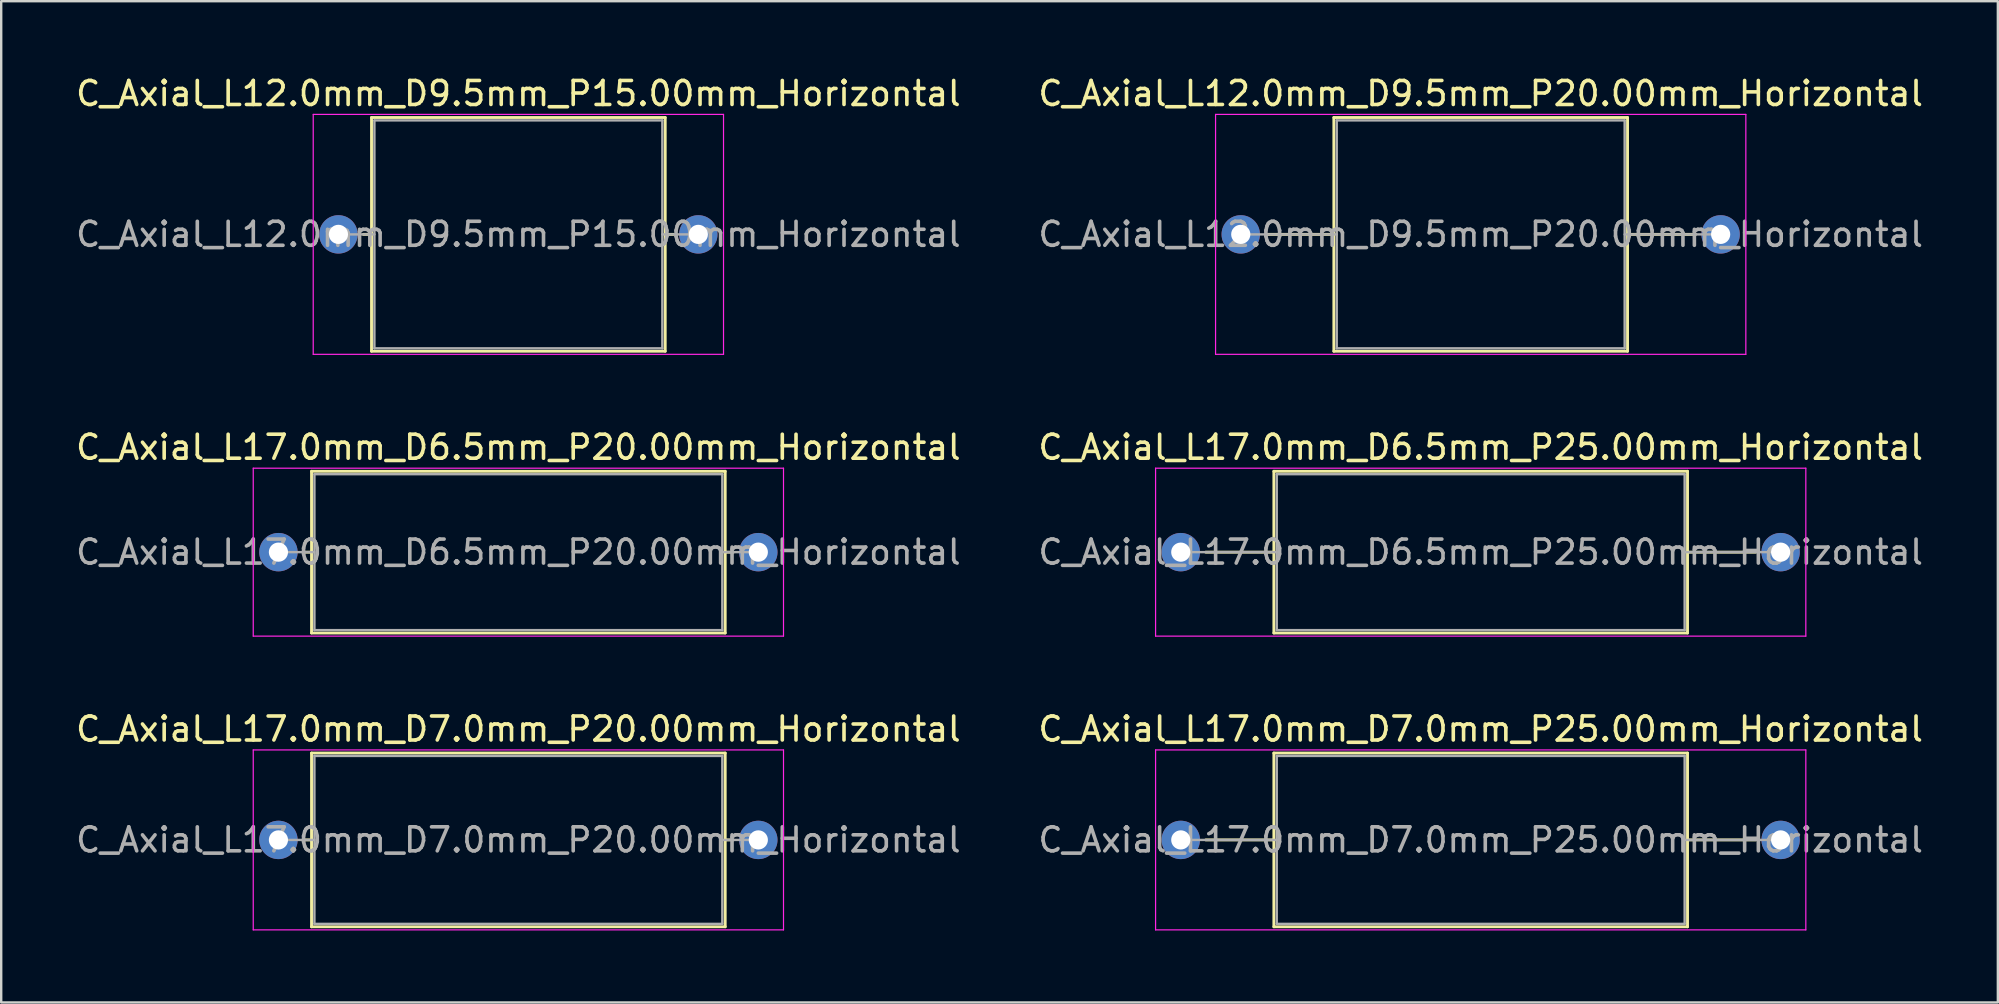
<source format=kicad_pcb>
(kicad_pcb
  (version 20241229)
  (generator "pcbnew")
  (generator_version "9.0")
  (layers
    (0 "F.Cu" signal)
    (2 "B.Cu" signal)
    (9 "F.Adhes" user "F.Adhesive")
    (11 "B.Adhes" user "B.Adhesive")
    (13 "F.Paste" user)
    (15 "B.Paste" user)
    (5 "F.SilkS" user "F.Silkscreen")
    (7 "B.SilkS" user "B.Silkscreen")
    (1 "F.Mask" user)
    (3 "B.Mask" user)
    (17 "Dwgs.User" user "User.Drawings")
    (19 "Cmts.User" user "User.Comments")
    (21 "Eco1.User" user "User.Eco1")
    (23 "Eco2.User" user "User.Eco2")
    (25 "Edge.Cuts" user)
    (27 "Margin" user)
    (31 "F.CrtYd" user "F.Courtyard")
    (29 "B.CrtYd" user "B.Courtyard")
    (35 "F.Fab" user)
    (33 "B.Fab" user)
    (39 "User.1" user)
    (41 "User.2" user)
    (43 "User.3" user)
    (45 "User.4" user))
  (footprint "C_Axial_L12.0mm_D9.5mm_P15.00mm_Horizontal"
    (layer "F.Cu")
    (at 11.054 6.718)
    (property "Reference" "C_Axial_L12.0mm_D9.5mm_P15.00mm_Horizontal" (at 7.5 -5.87 0) (layer "F.SilkS") (effects (font (size 1 1) (thickness 0.15))))
    (attr through_hole)
    (fp_line (start 1.04 0) (end 1.38 0) (stroke (width 0.12) (type solid)) (layer "F.SilkS"))
    (fp_line (start 1.38 -4.87) (end 1.38 4.87) (stroke (width 0.12) (type solid)) (layer "F.SilkS"))
    (fp_line (start 1.38 4.87) (end 13.62 4.87) (stroke (width 0.12) (type solid)) (layer "F.SilkS"))
    (fp_line (start 13.62 -4.87) (end 1.38 -4.87) (stroke (width 0.12) (type solid)) (layer "F.SilkS"))
    (fp_line (start 13.62 4.87) (end 13.62 -4.87) (stroke (width 0.12) (type solid)) (layer "F.SilkS"))
    (fp_line (start 13.96 0) (end 13.62 0) (stroke (width 0.12) (type solid)) (layer "F.SilkS"))
    (fp_line (start -1.05 -5) (end -1.05 5) (stroke (width 0.05) (type solid)) (layer "F.CrtYd"))
    (fp_line (start -1.05 5) (end 16.05 5) (stroke (width 0.05) (type solid)) (layer "F.CrtYd"))
    (fp_line (start 16.05 -5) (end -1.05 -5) (stroke (width 0.05) (type solid)) (layer "F.CrtYd"))
    (fp_line (start 16.05 5) (end 16.05 -5) (stroke (width 0.05) (type solid)) (layer "F.CrtYd"))
    (fp_line (start 0 0) (end 1.5 0) (stroke (width 0.1) (type solid)) (layer "F.Fab"))
    (fp_line (start 1.5 -4.75) (end 1.5 4.75) (stroke (width 0.1) (type solid)) (layer "F.Fab"))
    (fp_line (start 1.5 4.75) (end 13.5 4.75) (stroke (width 0.1) (type solid)) (layer "F.Fab"))
    (fp_line (start 13.5 -4.75) (end 1.5 -4.75) (stroke (width 0.1) (type solid)) (layer "F.Fab"))
    (fp_line (start 13.5 4.75) (end 13.5 -4.75) (stroke (width 0.1) (type solid)) (layer "F.Fab"))
    (fp_line (start 15 0) (end 13.5 0) (stroke (width 0.1) (type solid)) (layer "F.Fab"))
    (fp_text user "${REFERENCE}" (at 7.5 0 0) (layer "F.Fab") (effects (font (size 1 1) (thickness 0.15))))
    (pad "1" thru_hole circle (at 0 0) (size 1.6 1.6) (drill 0.8) (layers "*.Cu" "*.Mask"))
    (pad "2" thru_hole oval (at 15 0) (size 1.6 1.6) (drill 0.8) (layers "*.Cu" "*.Mask")))
  (footprint "C_Axial_L12.0mm_D9.5mm_P20.00mm_Horizontal"
    (layer "F.Cu")
    (at 48.661 6.718)
    (property "Reference" "C_Axial_L12.0mm_D9.5mm_P20.00mm_Horizontal" (at 10 -5.87 0) (layer "F.SilkS") (effects (font (size 1 1) (thickness 0.15))))
    (attr through_hole)
    (fp_line (start 1.04 0) (end 3.88 0) (stroke (width 0.12) (type solid)) (layer "F.SilkS"))
    (fp_line (start 3.88 -4.87) (end 3.88 4.87) (stroke (width 0.12) (type solid)) (layer "F.SilkS"))
    (fp_line (start 3.88 4.87) (end 16.12 4.87) (stroke (width 0.12) (type solid)) (layer "F.SilkS"))
    (fp_line (start 16.12 -4.87) (end 3.88 -4.87) (stroke (width 0.12) (type solid)) (layer "F.SilkS"))
    (fp_line (start 16.12 4.87) (end 16.12 -4.87) (stroke (width 0.12) (type solid)) (layer "F.SilkS"))
    (fp_line (start 18.96 0) (end 16.12 0) (stroke (width 0.12) (type solid)) (layer "F.SilkS"))
    (fp_line (start -1.05 -5) (end -1.05 5) (stroke (width 0.05) (type solid)) (layer "F.CrtYd"))
    (fp_line (start -1.05 5) (end 21.05 5) (stroke (width 0.05) (type solid)) (layer "F.CrtYd"))
    (fp_line (start 21.05 -5) (end -1.05 -5) (stroke (width 0.05) (type solid)) (layer "F.CrtYd"))
    (fp_line (start 21.05 5) (end 21.05 -5) (stroke (width 0.05) (type solid)) (layer "F.CrtYd"))
    (fp_line (start 0 0) (end 4 0) (stroke (width 0.1) (type solid)) (layer "F.Fab"))
    (fp_line (start 4 -4.75) (end 4 4.75) (stroke (width 0.1) (type solid)) (layer "F.Fab"))
    (fp_line (start 4 4.75) (end 16 4.75) (stroke (width 0.1) (type solid)) (layer "F.Fab"))
    (fp_line (start 16 -4.75) (end 4 -4.75) (stroke (width 0.1) (type solid)) (layer "F.Fab"))
    (fp_line (start 16 4.75) (end 16 -4.75) (stroke (width 0.1) (type solid)) (layer "F.Fab"))
    (fp_line (start 20 0) (end 16 0) (stroke (width 0.1) (type solid)) (layer "F.Fab"))
    (fp_text user "${REFERENCE}" (at 10 0 0) (layer "F.Fab") (effects (font (size 1 1) (thickness 0.15))))
    (pad "1" thru_hole circle (at 0 0) (size 1.6 1.6) (drill 0.8) (layers "*.Cu" "*.Mask"))
    (pad "2" thru_hole oval (at 20 0) (size 1.6 1.6) (drill 0.8) (layers "*.Cu" "*.Mask")))
  (footprint "C_Axial_L17.0mm_D6.5mm_P25.00mm_Horizontal"
    (layer "F.Cu")
    (at 46.161 19.962)
    (property "Reference" "C_Axial_L17.0mm_D6.5mm_P25.00mm_Horizontal" (at 12.5 -4.37 0) (layer "F.SilkS") (effects (font (size 1 1) (thickness 0.15))))
    (attr through_hole)
    (fp_line (start 1.04 0) (end 3.88 0) (stroke (width 0.12) (type solid)) (layer "F.SilkS"))
    (fp_line (start 3.88 -3.37) (end 3.88 3.37) (stroke (width 0.12) (type solid)) (layer "F.SilkS"))
    (fp_line (start 3.88 3.37) (end 21.12 3.37) (stroke (width 0.12) (type solid)) (layer "F.SilkS"))
    (fp_line (start 21.12 -3.37) (end 3.88 -3.37) (stroke (width 0.12) (type solid)) (layer "F.SilkS"))
    (fp_line (start 21.12 3.37) (end 21.12 -3.37) (stroke (width 0.12) (type solid)) (layer "F.SilkS"))
    (fp_line (start 23.96 0) (end 21.12 0) (stroke (width 0.12) (type solid)) (layer "F.SilkS"))
    (fp_line (start -1.05 -3.5) (end -1.05 3.5) (stroke (width 0.05) (type solid)) (layer "F.CrtYd"))
    (fp_line (start -1.05 3.5) (end 26.05 3.5) (stroke (width 0.05) (type solid)) (layer "F.CrtYd"))
    (fp_line (start 26.05 -3.5) (end -1.05 -3.5) (stroke (width 0.05) (type solid)) (layer "F.CrtYd"))
    (fp_line (start 26.05 3.5) (end 26.05 -3.5) (stroke (width 0.05) (type solid)) (layer "F.CrtYd"))
    (fp_line (start 0 0) (end 4 0) (stroke (width 0.1) (type solid)) (layer "F.Fab"))
    (fp_line (start 4 -3.25) (end 4 3.25) (stroke (width 0.1) (type solid)) (layer "F.Fab"))
    (fp_line (start 4 3.25) (end 21 3.25) (stroke (width 0.1) (type solid)) (layer "F.Fab"))
    (fp_line (start 21 -3.25) (end 4 -3.25) (stroke (width 0.1) (type solid)) (layer "F.Fab"))
    (fp_line (start 21 3.25) (end 21 -3.25) (stroke (width 0.1) (type solid)) (layer "F.Fab"))
    (fp_line (start 25 0) (end 21 0) (stroke (width 0.1) (type solid)) (layer "F.Fab"))
    (fp_text user "${REFERENCE}" (at 12.5 0 0) (layer "F.Fab") (effects (font (size 1 1) (thickness 0.15))))
    (pad "1" thru_hole circle (at 0 0) (size 1.6 1.6) (drill 0.8) (layers "*.Cu" "*.Mask"))
    (pad "2" thru_hole oval (at 25 0) (size 1.6 1.6) (drill 0.8) (layers "*.Cu" "*.Mask")))
  (footprint "C_Axial_L17.0mm_D7.0mm_P25.00mm_Horizontal"
    (layer "F.Cu")
    (at 46.161 31.955)
    (property "Reference" "C_Axial_L17.0mm_D7.0mm_P25.00mm_Horizontal" (at 12.5 -4.62 0) (layer "F.SilkS") (effects (font (size 1 1) (thickness 0.15))))
    (attr through_hole)
    (fp_line (start 1.04 0) (end 3.88 0) (stroke (width 0.12) (type solid)) (layer "F.SilkS"))
    (fp_line (start 3.88 -3.62) (end 3.88 3.62) (stroke (width 0.12) (type solid)) (layer "F.SilkS"))
    (fp_line (start 3.88 3.62) (end 21.12 3.62) (stroke (width 0.12) (type solid)) (layer "F.SilkS"))
    (fp_line (start 21.12 -3.62) (end 3.88 -3.62) (stroke (width 0.12) (type solid)) (layer "F.SilkS"))
    (fp_line (start 21.12 3.62) (end 21.12 -3.62) (stroke (width 0.12) (type solid)) (layer "F.SilkS"))
    (fp_line (start 23.96 0) (end 21.12 0) (stroke (width 0.12) (type solid)) (layer "F.SilkS"))
    (fp_line (start -1.05 -3.75) (end -1.05 3.75) (stroke (width 0.05) (type solid)) (layer "F.CrtYd"))
    (fp_line (start -1.05 3.75) (end 26.05 3.75) (stroke (width 0.05) (type solid)) (layer "F.CrtYd"))
    (fp_line (start 26.05 -3.75) (end -1.05 -3.75) (stroke (width 0.05) (type solid)) (layer "F.CrtYd"))
    (fp_line (start 26.05 3.75) (end 26.05 -3.75) (stroke (width 0.05) (type solid)) (layer "F.CrtYd"))
    (fp_line (start 0 0) (end 4 0) (stroke (width 0.1) (type solid)) (layer "F.Fab"))
    (fp_line (start 4 -3.5) (end 4 3.5) (stroke (width 0.1) (type solid)) (layer "F.Fab"))
    (fp_line (start 4 3.5) (end 21 3.5) (stroke (width 0.1) (type solid)) (layer "F.Fab"))
    (fp_line (start 21 -3.5) (end 4 -3.5) (stroke (width 0.1) (type solid)) (layer "F.Fab"))
    (fp_line (start 21 3.5) (end 21 -3.5) (stroke (width 0.1) (type solid)) (layer "F.Fab"))
    (fp_line (start 25 0) (end 21 0) (stroke (width 0.1) (type solid)) (layer "F.Fab"))
    (fp_text user "${REFERENCE}" (at 12.5 0 0) (layer "F.Fab") (effects (font (size 1 1) (thickness 0.15))))
    (pad "1" thru_hole circle (at 0 0) (size 1.6 1.6) (drill 0.8) (layers "*.Cu" "*.Mask"))
    (pad "2" thru_hole oval (at 25 0) (size 1.6 1.6) (drill 0.8) (layers "*.Cu" "*.Mask")))
  (footprint "C_Axial_L17.0mm_D7.0mm_P20.00mm_Horizontal"
    (layer "F.Cu")
    (at 8.554 31.955)
    (property "Reference" "C_Axial_L17.0mm_D7.0mm_P20.00mm_Horizontal" (at 10 -4.62 0) (layer "F.SilkS") (effects (font (size 1 1) (thickness 0.15))))
    (attr through_hole)
    (fp_line (start 1.04 0) (end 1.38 0) (stroke (width 0.12) (type solid)) (layer "F.SilkS"))
    (fp_line (start 1.38 -3.62) (end 1.38 3.62) (stroke (width 0.12) (type solid)) (layer "F.SilkS"))
    (fp_line (start 1.38 3.62) (end 18.62 3.62) (stroke (width 0.12) (type solid)) (layer "F.SilkS"))
    (fp_line (start 18.62 -3.62) (end 1.38 -3.62) (stroke (width 0.12) (type solid)) (layer "F.SilkS"))
    (fp_line (start 18.62 3.62) (end 18.62 -3.62) (stroke (width 0.12) (type solid)) (layer "F.SilkS"))
    (fp_line (start 18.96 0) (end 18.62 0) (stroke (width 0.12) (type solid)) (layer "F.SilkS"))
    (fp_line (start -1.05 -3.75) (end -1.05 3.75) (stroke (width 0.05) (type solid)) (layer "F.CrtYd"))
    (fp_line (start -1.05 3.75) (end 21.05 3.75) (stroke (width 0.05) (type solid)) (layer "F.CrtYd"))
    (fp_line (start 21.05 -3.75) (end -1.05 -3.75) (stroke (width 0.05) (type solid)) (layer "F.CrtYd"))
    (fp_line (start 21.05 3.75) (end 21.05 -3.75) (stroke (width 0.05) (type solid)) (layer "F.CrtYd"))
    (fp_line (start 0 0) (end 1.5 0) (stroke (width 0.1) (type solid)) (layer "F.Fab"))
    (fp_line (start 1.5 -3.5) (end 1.5 3.5) (stroke (width 0.1) (type solid)) (layer "F.Fab"))
    (fp_line (start 1.5 3.5) (end 18.5 3.5) (stroke (width 0.1) (type solid)) (layer "F.Fab"))
    (fp_line (start 18.5 -3.5) (end 1.5 -3.5) (stroke (width 0.1) (type solid)) (layer "F.Fab"))
    (fp_line (start 18.5 3.5) (end 18.5 -3.5) (stroke (width 0.1) (type solid)) (layer "F.Fab"))
    (fp_line (start 20 0) (end 18.5 0) (stroke (width 0.1) (type solid)) (layer "F.Fab"))
    (fp_text user "${REFERENCE}" (at 10 0 0) (layer "F.Fab") (effects (font (size 1 1) (thickness 0.15))))
    (pad "1" thru_hole circle (at 0 0) (size 1.6 1.6) (drill 0.8) (layers "*.Cu" "*.Mask"))
    (pad "2" thru_hole oval (at 20 0) (size 1.6 1.6) (drill 0.8) (layers "*.Cu" "*.Mask")))
  (footprint "C_Axial_L17.0mm_D6.5mm_P20.00mm_Horizontal"
    (layer "F.Cu")
    (at 8.554 19.962)
    (property "Reference" "C_Axial_L17.0mm_D6.5mm_P20.00mm_Horizontal" (at 10 -4.37 0) (layer "F.SilkS") (effects (font (size 1 1) (thickness 0.15))))
    (attr through_hole)
    (fp_line (start 1.04 0) (end 1.38 0) (stroke (width 0.12) (type solid)) (layer "F.SilkS"))
    (fp_line (start 1.38 -3.37) (end 1.38 3.37) (stroke (width 0.12) (type solid)) (layer "F.SilkS"))
    (fp_line (start 1.38 3.37) (end 18.62 3.37) (stroke (width 0.12) (type solid)) (layer "F.SilkS"))
    (fp_line (start 18.62 -3.37) (end 1.38 -3.37) (stroke (width 0.12) (type solid)) (layer "F.SilkS"))
    (fp_line (start 18.62 3.37) (end 18.62 -3.37) (stroke (width 0.12) (type solid)) (layer "F.SilkS"))
    (fp_line (start 18.96 0) (end 18.62 0) (stroke (width 0.12) (type solid)) (layer "F.SilkS"))
    (fp_line (start -1.05 -3.5) (end -1.05 3.5) (stroke (width 0.05) (type solid)) (layer "F.CrtYd"))
    (fp_line (start -1.05 3.5) (end 21.05 3.5) (stroke (width 0.05) (type solid)) (layer "F.CrtYd"))
    (fp_line (start 21.05 -3.5) (end -1.05 -3.5) (stroke (width 0.05) (type solid)) (layer "F.CrtYd"))
    (fp_line (start 21.05 3.5) (end 21.05 -3.5) (stroke (width 0.05) (type solid)) (layer "F.CrtYd"))
    (fp_line (start 0 0) (end 1.5 0) (stroke (width 0.1) (type solid)) (layer "F.Fab"))
    (fp_line (start 1.5 -3.25) (end 1.5 3.25) (stroke (width 0.1) (type solid)) (layer "F.Fab"))
    (fp_line (start 1.5 3.25) (end 18.5 3.25) (stroke (width 0.1) (type solid)) (layer "F.Fab"))
    (fp_line (start 18.5 -3.25) (end 1.5 -3.25) (stroke (width 0.1) (type solid)) (layer "F.Fab"))
    (fp_line (start 18.5 3.25) (end 18.5 -3.25) (stroke (width 0.1) (type solid)) (layer "F.Fab"))
    (fp_line (start 20 0) (end 18.5 0) (stroke (width 0.1) (type solid)) (layer "F.Fab"))
    (fp_text user "${REFERENCE}" (at 10 0 0) (layer "F.Fab") (effects (font (size 1 1) (thickness 0.15))))
    (pad "1" thru_hole circle (at 0 0) (size 1.6 1.6) (drill 0.8) (layers "*.Cu" "*.Mask"))
    (pad "2" thru_hole oval (at 20 0) (size 1.6 1.6) (drill 0.8) (layers "*.Cu" "*.Mask")))
  (gr_rect
    (start -3 -3)
    (end 80.214 38.73)
    (stroke (width 0.1) (type default))
    (fill no)
    (layer "Edge.Cuts")))
</source>
